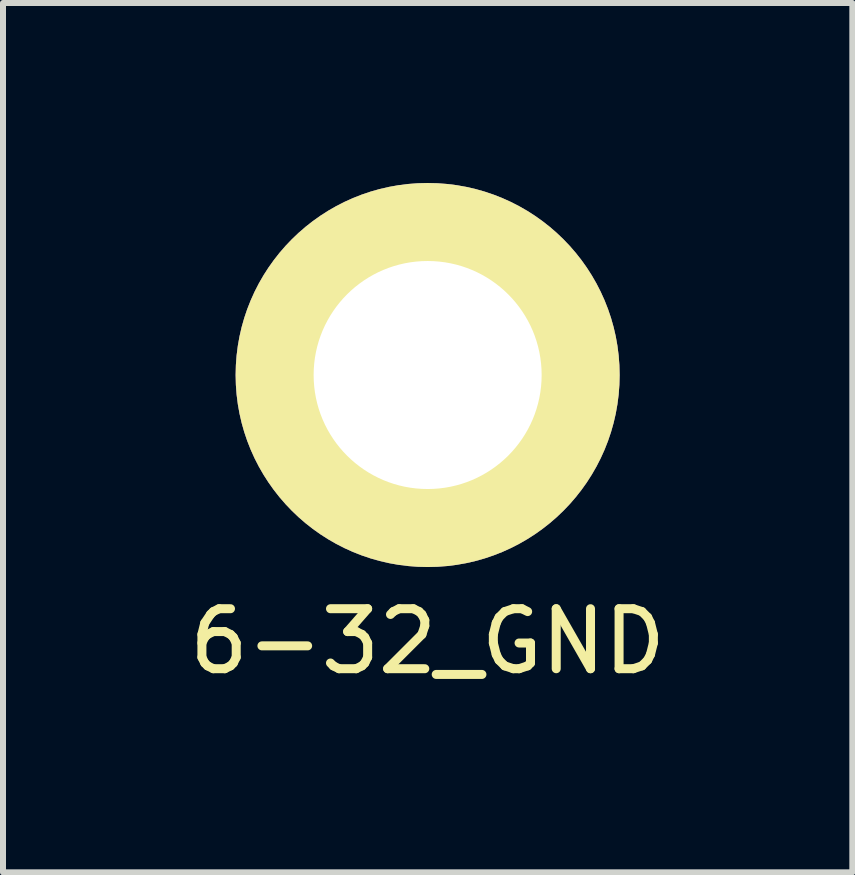
<source format=kicad_pcb>
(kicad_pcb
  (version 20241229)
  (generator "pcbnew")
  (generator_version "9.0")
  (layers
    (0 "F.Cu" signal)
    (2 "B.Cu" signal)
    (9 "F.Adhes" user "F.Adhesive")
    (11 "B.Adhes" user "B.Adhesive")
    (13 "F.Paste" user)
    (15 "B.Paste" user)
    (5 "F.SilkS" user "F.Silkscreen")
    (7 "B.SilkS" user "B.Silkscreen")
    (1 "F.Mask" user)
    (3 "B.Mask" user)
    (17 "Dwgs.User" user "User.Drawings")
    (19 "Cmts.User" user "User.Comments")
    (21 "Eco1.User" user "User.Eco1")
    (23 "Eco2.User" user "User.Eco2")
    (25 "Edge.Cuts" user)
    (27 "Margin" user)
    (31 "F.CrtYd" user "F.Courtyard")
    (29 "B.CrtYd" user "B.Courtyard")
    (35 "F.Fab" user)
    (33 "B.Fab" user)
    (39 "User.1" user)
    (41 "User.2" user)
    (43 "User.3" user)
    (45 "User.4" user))
  (footprint "6-32_GND"
    (layer "F.Cu")
    (at 4.077 3.2)
    (property "Reference" "6-32_GND" (at 0 4.44 0) (layer "F.SilkS") (effects (font (size 1 1) (thickness 0.15))))
    (attr through_hole)
    (pad "1" thru_hole circle (at 0 0) (size 6.4 6.4) (drill 3.8) (layers "*.Cu" "*.Mask" "F.SilkS")))
  (gr_rect
    (start -3 -3)
    (end 11.155 11.488)
    (stroke (width 0.1) (type default))
    (fill no)
    (layer "Edge.Cuts")))
</source>
